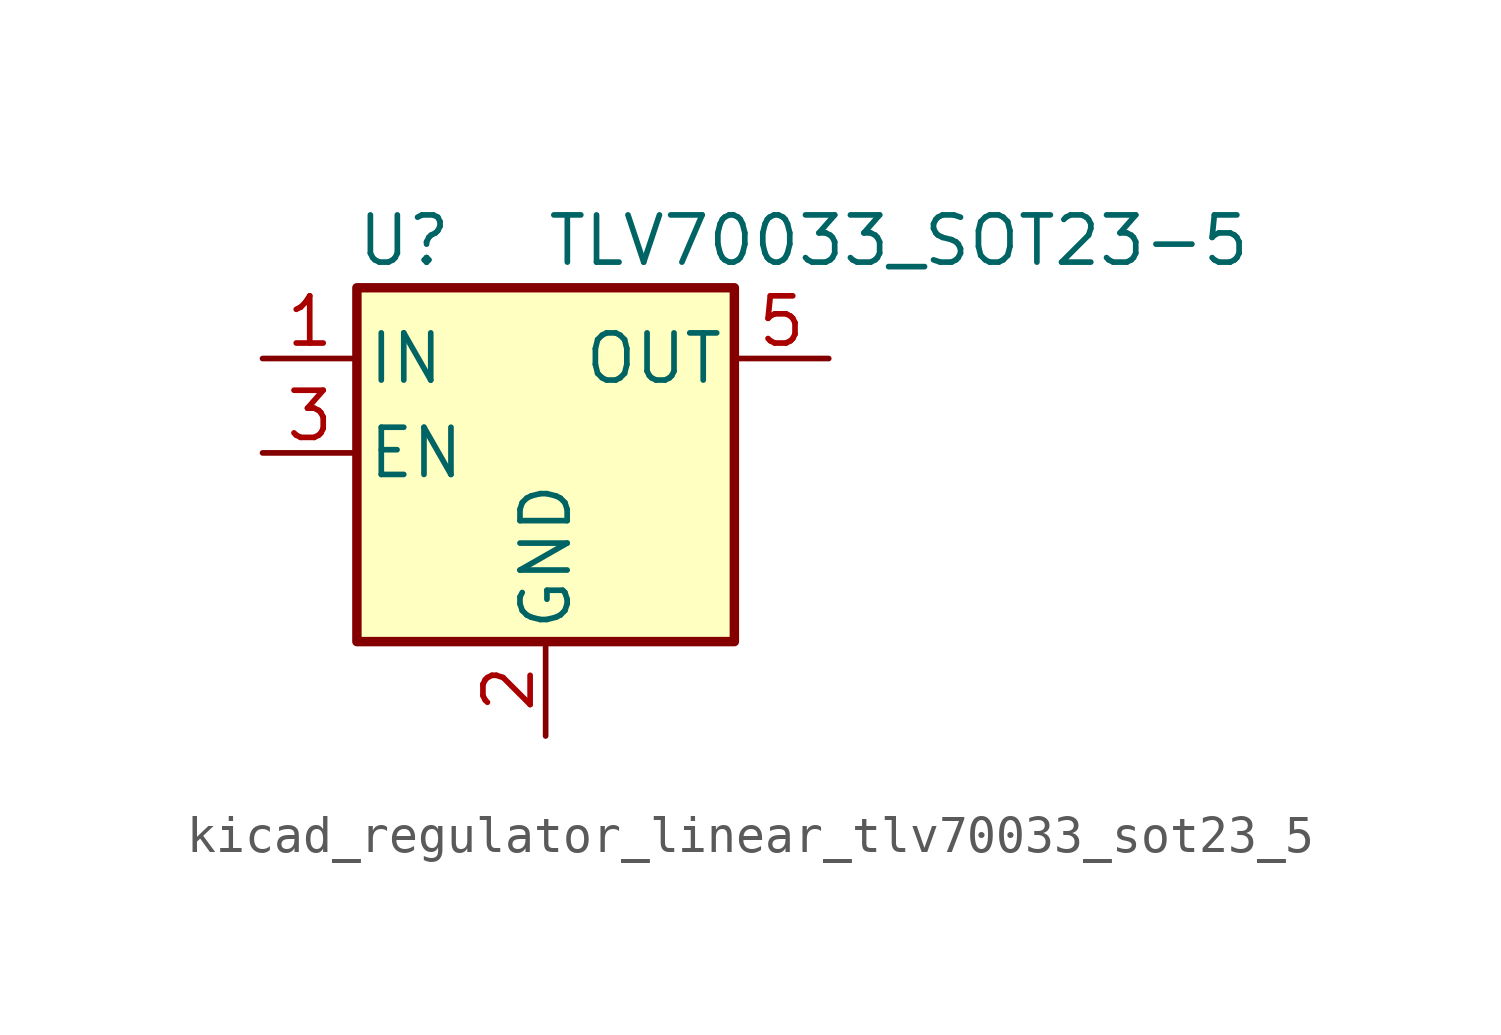
<source format=kicad_sym>
(kicad_symbol_lib
  (version 20220914)
  (generator kicad_symbol_editor)
  (symbol "kicad_regulator_linear_tlv70033_sot23_5"
    (pin_names
      (offset 0.254))
    (property "Reference" "U"
      (at -3.81 5.715 0)
      (effects (font (size 1.27 1.27))))
    (property "Value" "TLV70033_SOT23-5"
      (at 0 5.715 0)
      (effects (font (size 1.27 1.27)) (justify left)))
    (symbol "kicad_regulator_linear_tlv70033_sot23_5_0_1"
      (rectangle (start -5.08 4.445) (end 5.08 -5.08) (stroke (width 0.254) (type default)) (fill (type background))))
    (symbol "kicad_regulator_linear_tlv70033_sot23_5_1_1"
      (pin power_in line (at -7.62 2.54 0) (length 2.54) (name "IN" (effects (font (size 1.27 1.27)))) (number "1" (effects (font (size 1.27 1.27)))))
      (pin power_in line (at 0 -7.62 90) (length 2.54) (name "GND" (effects (font (size 1.27 1.27)))) (number "2" (effects (font (size 1.27 1.27)))))
      (pin input line (at -7.62 0 0) (length 2.54) (name "EN" (effects (font (size 1.27 1.27)))) (number "3" (effects (font (size 1.27 1.27)))))
      (pin no_connect line (at 5.08 0 180) (length 2.54) hide (name "NC" (effects (font (size 1.27 1.27)))) (number "4" (effects (font (size 1.27 1.27)))))
      (pin power_out line (at 7.62 2.54 180) (length 2.54) (name "OUT" (effects (font (size 1.27 1.27)))) (number "5" (effects (font (size 1.27 1.27))))))))
</source>
